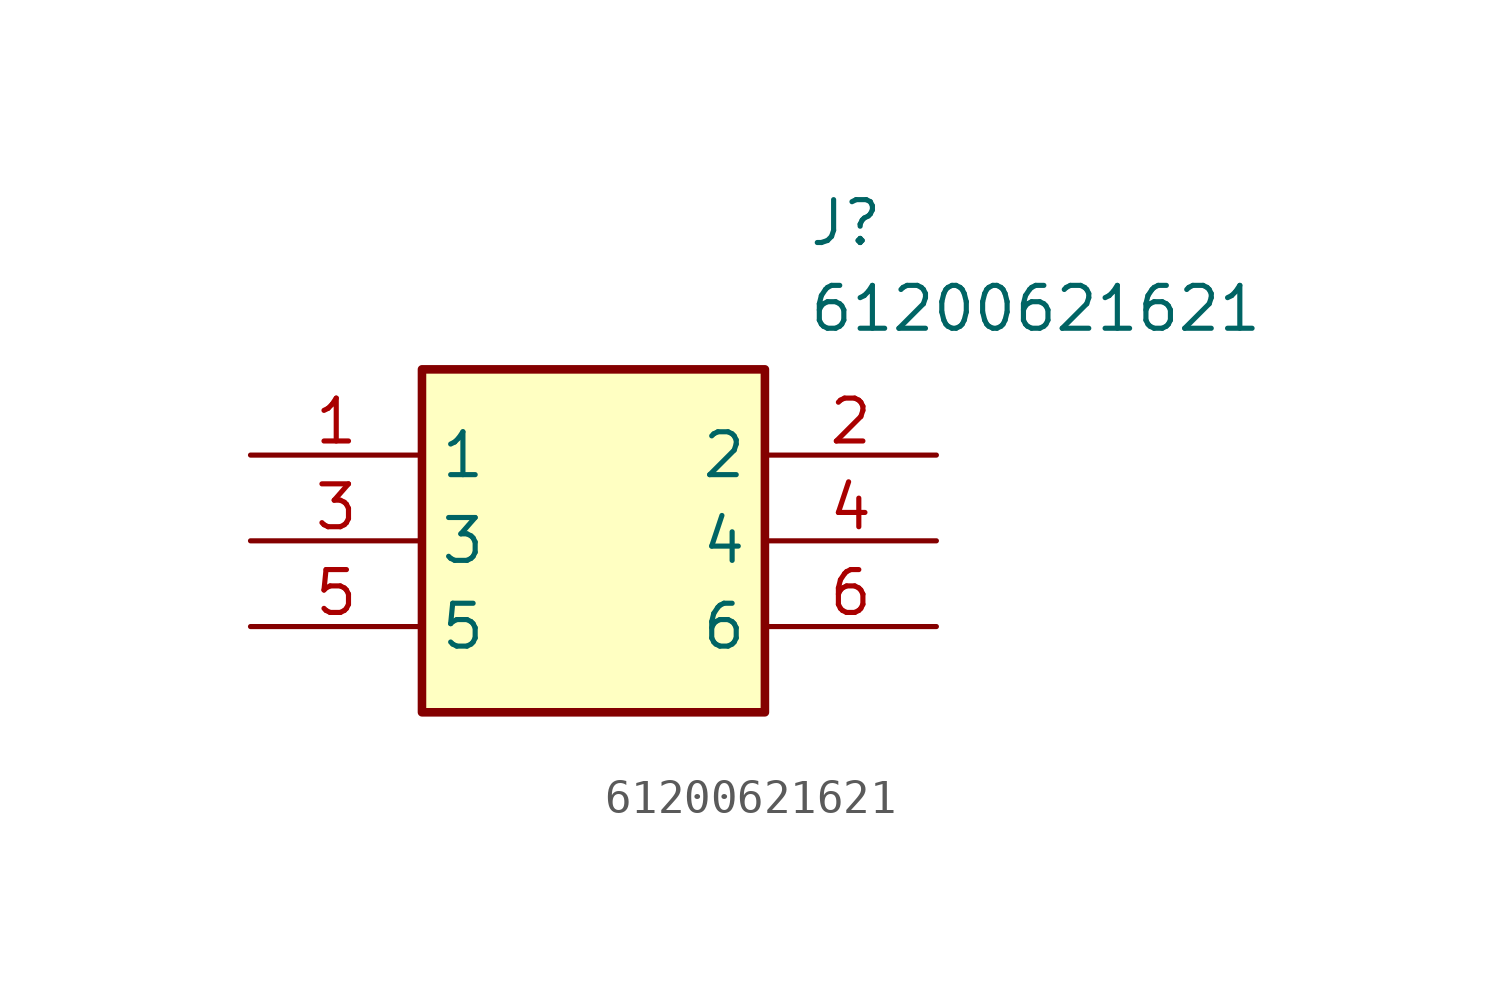
<source format=kicad_sym>
(kicad_symbol_lib
  (version 20211014)
  (generator SamacSys_ECAD_Model)
  (symbol "61200621621"
    (property "Reference" "J"
      (at 16.51 7.62 0)
      (effects (font (size 1.27 1.27)) (justify left top)))
    (property "Value" "61200621621"
      (at 16.51 5.08 0)
      (effects (font (size 1.27 1.27)) (justify left top)))
    (rectangle
      (start 5.08 2.54)
      (end 15.24 -7.62)
      (stroke (width 0.254) (type default))
      (fill (type background)))
    (pin passive line
      (at 0 0 0)
      (length 5.08)
      (name "1" (effects (font (size 1.27 1.27))))
      (number "1" (effects (font (size 1.27 1.27)))))
    (pin passive line
      (at 0 -2.54 0)
      (length 5.08)
      (name "3" (effects (font (size 1.27 1.27))))
      (number "3" (effects (font (size 1.27 1.27)))))
    (pin passive line
      (at 0 -5.08 0)
      (length 5.08)
      (name "5" (effects (font (size 1.27 1.27))))
      (number "5" (effects (font (size 1.27 1.27)))))
    (pin passive line
      (at 20.32 0 180)
      (length 5.08)
      (name "2" (effects (font (size 1.27 1.27))))
      (number "2" (effects (font (size 1.27 1.27)))))
    (pin passive line
      (at 20.32 -2.54 180)
      (length 5.08)
      (name "4" (effects (font (size 1.27 1.27))))
      (number "4" (effects (font (size 1.27 1.27)))))
    (pin passive line
      (at 20.32 -5.08 180)
      (length 5.08)
      (name "6" (effects (font (size 1.27 1.27))))
      (number "6" (effects (font (size 1.27 1.27)))))))
</source>
